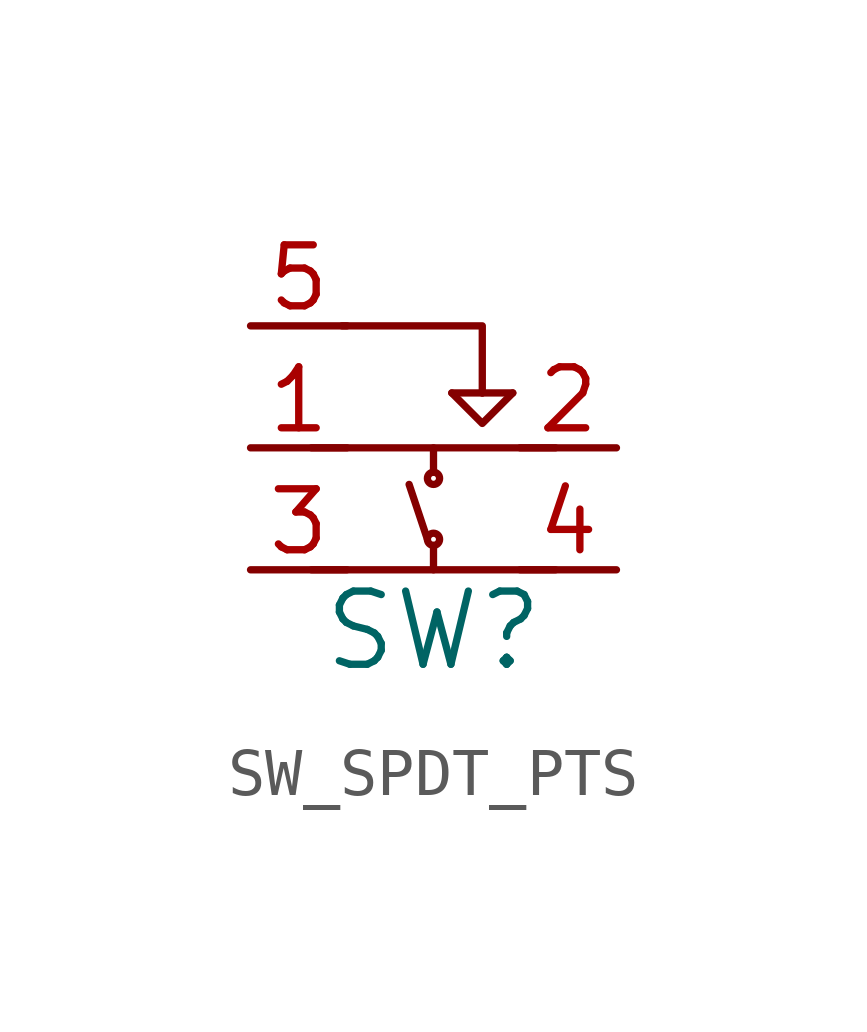
<source format=kicad_sym>
(kicad_symbol_lib
  (version 20241209)
  (generator "kicad_symbol_editor")
  (generator_version "9.0")
  (symbol "SW_SPDT_PTS"
    (pin_names
      (offset 1.016))
    (property "Reference" "SW"
      (at 0 -2.54 0)
      (effects (font (size 1.524 1.524))))
    (symbol "SW_SPDT_PTS_0_1"
      (polyline (pts (xy -2.54 1.27) (xy 2.54 1.27)) (stroke (width 0) (type solid)) (fill (type none)))
      (polyline (pts (xy -2.54 -1.27) (xy 2.54 -1.27)) (stroke (width 0) (type solid)) (fill (type none)))
      (polyline (pts (xy -1.905 3.81) (xy 1.016 3.81) (xy 1.016 2.413)) (stroke (width 0) (type solid)) (fill (type none)))
      (polyline (pts (xy -0.127 -0.635) (xy -0.508 0.508)) (stroke (width 0) (type solid)) (fill (type none)))
      (polyline (pts (xy 0 0.762) (xy 0 1.27)) (stroke (width 0) (type solid)) (fill (type none)))
      (circle (center 0 0.635) (radius 0.127) (stroke (width 0) (type solid)) (fill (type none)))
      (circle (center 0 -0.635) (radius 0.127) (stroke (width 0) (type solid)) (fill (type none)))
      (polyline (pts (xy 0 -0.762) (xy 0 -1.27)) (stroke (width 0) (type solid)) (fill (type none)))
      (polyline (pts (xy 0.381 2.413) (xy 1.016 1.778) (xy 1.651 2.413)) (stroke (width 0) (type solid)) (fill (type none)))
      (polyline (pts (xy 1.016 2.413) (xy 0.381 2.413)) (stroke (width 0) (type solid)) (fill (type none)))
      (polyline (pts (xy 1.016 2.413) (xy 1.651 2.413)) (stroke (width 0) (type solid)) (fill (type none))))
    (symbol "SW_SPDT_PTS_1_1"
      (pin passive line (at -3.81 3.81 0) (length 2.007) (name "~" (effects (font (size 1.27 1.27)))) (number "5" (effects (font (size 1.27 1.27)))))
      (pin passive line (at -3.81 1.27 0) (length 2.007) (name "~" (effects (font (size 1.27 1.27)))) (number "1" (effects (font (size 1.27 1.27)))))
      (pin passive line (at -3.81 -1.27 0) (length 2.007) (name "~" (effects (font (size 1.27 1.27)))) (number "3" (effects (font (size 1.27 1.27)))))
      (pin passive line (at 3.81 1.27 180) (length 2.007) (name "~" (effects (font (size 1.27 1.27)))) (number "2" (effects (font (size 1.27 1.27)))))
      (pin passive line (at 3.81 -1.27 180) (length 2.007) (name "~" (effects (font (size 1.27 1.27)))) (number "4" (effects (font (size 1.27 1.27))))))))
</source>
